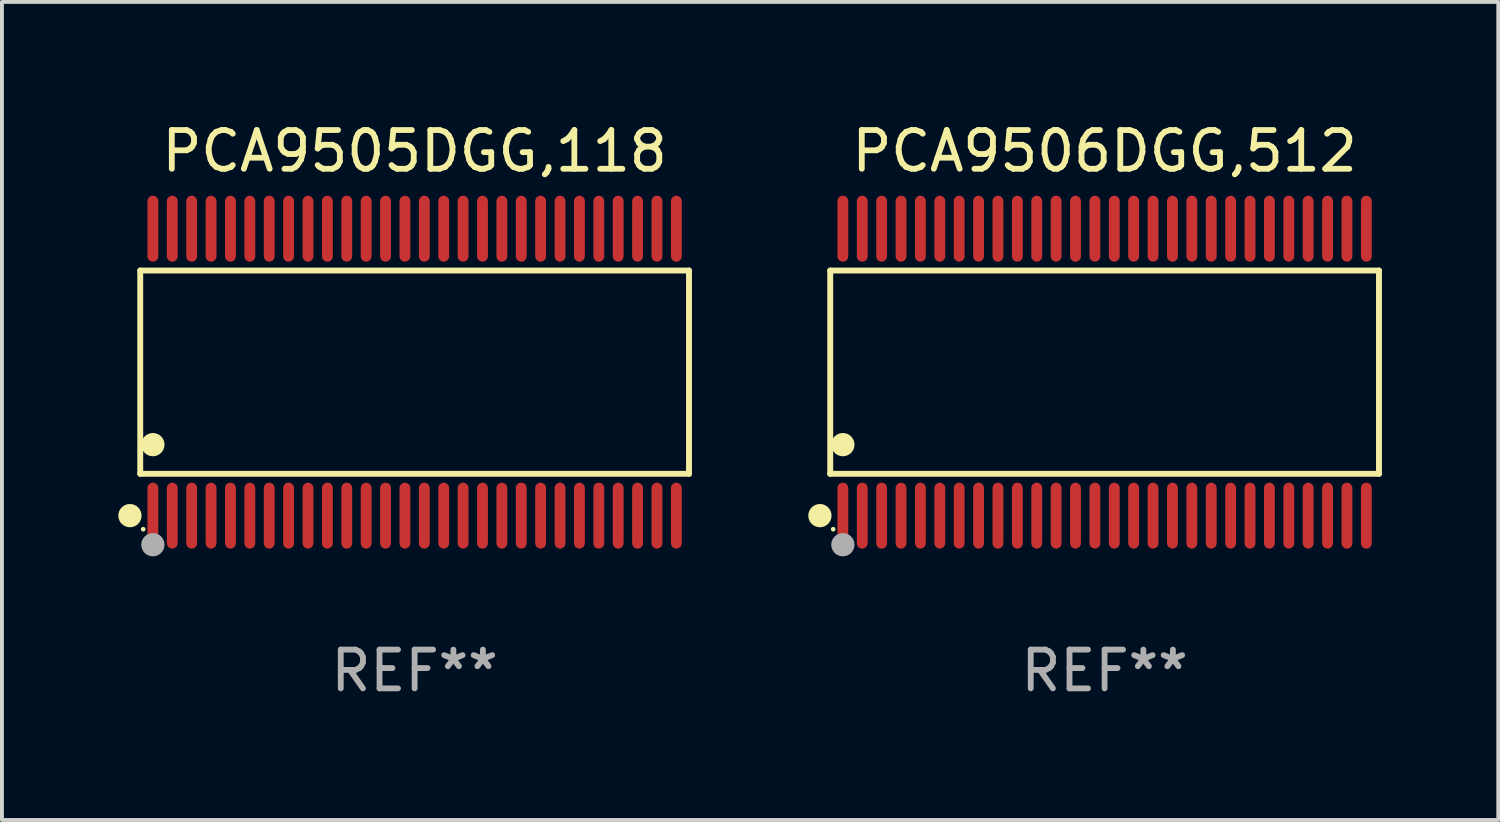
<source format=kicad_pcb>
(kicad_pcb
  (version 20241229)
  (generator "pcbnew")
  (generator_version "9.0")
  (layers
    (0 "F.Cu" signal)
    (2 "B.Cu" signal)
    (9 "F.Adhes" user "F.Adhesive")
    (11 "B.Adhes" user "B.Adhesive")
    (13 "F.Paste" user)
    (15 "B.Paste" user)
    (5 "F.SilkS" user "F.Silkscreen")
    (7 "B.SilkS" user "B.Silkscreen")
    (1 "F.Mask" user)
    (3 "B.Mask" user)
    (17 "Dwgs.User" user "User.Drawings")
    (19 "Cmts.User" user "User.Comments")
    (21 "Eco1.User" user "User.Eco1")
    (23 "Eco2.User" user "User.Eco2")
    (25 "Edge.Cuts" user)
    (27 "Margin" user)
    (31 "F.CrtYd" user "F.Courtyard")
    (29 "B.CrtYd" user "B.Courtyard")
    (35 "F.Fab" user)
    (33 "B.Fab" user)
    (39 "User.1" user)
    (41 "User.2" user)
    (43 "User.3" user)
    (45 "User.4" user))
  (footprint "PCA9506DGG,512"
    (layer "F.Cu")
    (at 25.437 6.548)
    (property "Reference" "PCA9506DGG,512" (at 0 -5.7 0) (layer "F.SilkS") (effects (font (size 1 1) (thickness 0.15))))
    (attr through_hole)
    (fp_line (start -7.076 -2.621) (end 7.076 -2.621) (stroke (width 0.152) (type solid)) (layer "F.SilkS"))
    (fp_line (start -7.076 2.621) (end -7.076 -2.621) (stroke (width 0.152) (type solid)) (layer "F.SilkS"))
    (fp_line (start 7.076 -2.621) (end 7.076 2.621) (stroke (width 0.152) (type solid)) (layer "F.SilkS"))
    (fp_line (start 7.076 2.621) (end -7.076 2.621) (stroke (width 0.152) (type solid)) (layer "F.SilkS"))
    (fp_circle (center -7.342 3.7) (end -7.192 3.7) (stroke (width 0.3) (type solid)) (fill no) (layer "F.SilkS"))
    (fp_circle (center -7 4.05) (end -6.97 4.05) (stroke (width 0.06) (type solid)) (fill no) (layer "F.SilkS"))
    (fp_circle (center -6.75 1.869) (end -6.6 1.869) (stroke (width 0.3) (type solid)) (fill no) (layer "F.SilkS"))
    (fp_circle (center -6.75 4.45) (end -6.6 4.45) (stroke (width 0.3) (type solid)) (fill no) (layer "F.Fab"))
    (fp_text user "REF**" (at 0 7.7 0) (layer "F.Fab") (effects (font (size 1 1) (thickness 0.15))))
    (pad "1" smd oval (at -6.75 3.7) (size 0.28 1.7) (layers "F.Cu" "F.Mask" "F.Paste"))
    (pad "2" smd oval (at -6.25 3.7) (size 0.28 1.7) (layers "F.Cu" "F.Mask" "F.Paste"))
    (pad "3" smd oval (at -5.75 3.7) (size 0.28 1.7) (layers "F.Cu" "F.Mask" "F.Paste"))
    (pad "4" smd oval (at -5.25 3.7) (size 0.28 1.7) (layers "F.Cu" "F.Mask" "F.Paste"))
    (pad "5" smd oval (at -4.75 3.7) (size 0.28 1.7) (layers "F.Cu" "F.Mask" "F.Paste"))
    (pad "6" smd oval (at -4.25 3.7) (size 0.28 1.7) (layers "F.Cu" "F.Mask" "F.Paste"))
    (pad "7" smd oval (at -3.75 3.7) (size 0.28 1.7) (layers "F.Cu" "F.Mask" "F.Paste"))
    (pad "8" smd oval (at -3.25 3.7) (size 0.28 1.7) (layers "F.Cu" "F.Mask" "F.Paste"))
    (pad "9" smd oval (at -2.75 3.7) (size 0.28 1.7) (layers "F.Cu" "F.Mask" "F.Paste"))
    (pad "10" smd oval (at -2.25 3.7) (size 0.28 1.7) (layers "F.Cu" "F.Mask" "F.Paste"))
    (pad "11" smd oval (at -1.75 3.7) (size 0.28 1.7) (layers "F.Cu" "F.Mask" "F.Paste"))
    (pad "12" smd oval (at -1.25 3.7) (size 0.28 1.7) (layers "F.Cu" "F.Mask" "F.Paste"))
    (pad "13" smd oval (at -0.75 3.7) (size 0.28 1.7) (layers "F.Cu" "F.Mask" "F.Paste"))
    (pad "14" smd oval (at -0.25 3.7) (size 0.28 1.7) (layers "F.Cu" "F.Mask" "F.Paste"))
    (pad "15" smd oval (at 0.25 3.7) (size 0.28 1.7) (layers "F.Cu" "F.Mask" "F.Paste"))
    (pad "16" smd oval (at 0.75 3.7) (size 0.28 1.7) (layers "F.Cu" "F.Mask" "F.Paste"))
    (pad "17" smd oval (at 1.25 3.7) (size 0.28 1.7) (layers "F.Cu" "F.Mask" "F.Paste"))
    (pad "18" smd oval (at 1.75 3.7) (size 0.28 1.7) (layers "F.Cu" "F.Mask" "F.Paste"))
    (pad "19" smd oval (at 2.25 3.7) (size 0.28 1.7) (layers "F.Cu" "F.Mask" "F.Paste"))
    (pad "20" smd oval (at 2.75 3.7) (size 0.28 1.7) (layers "F.Cu" "F.Mask" "F.Paste"))
    (pad "21" smd oval (at 3.25 3.7) (size 0.28 1.7) (layers "F.Cu" "F.Mask" "F.Paste"))
    (pad "22" smd oval (at 3.75 3.7) (size 0.28 1.7) (layers "F.Cu" "F.Mask" "F.Paste"))
    (pad "23" smd oval (at 4.25 3.7) (size 0.28 1.7) (layers "F.Cu" "F.Mask" "F.Paste"))
    (pad "24" smd oval (at 4.75 3.7) (size 0.28 1.7) (layers "F.Cu" "F.Mask" "F.Paste"))
    (pad "25" smd oval (at 5.25 3.7) (size 0.28 1.7) (layers "F.Cu" "F.Mask" "F.Paste"))
    (pad "26" smd oval (at 5.75 3.7) (size 0.28 1.7) (layers "F.Cu" "F.Mask" "F.Paste"))
    (pad "27" smd oval (at 6.25 3.7) (size 0.28 1.7) (layers "F.Cu" "F.Mask" "F.Paste"))
    (pad "28" smd oval (at 6.75 3.7) (size 0.28 1.7) (layers "F.Cu" "F.Mask" "F.Paste"))
    (pad "29" smd oval (at 6.75 -3.7) (size 0.28 1.7) (layers "F.Cu" "F.Mask" "F.Paste"))
    (pad "30" smd oval (at 6.25 -3.7) (size 0.28 1.7) (layers "F.Cu" "F.Mask" "F.Paste"))
    (pad "31" smd oval (at 5.75 -3.7) (size 0.28 1.7) (layers "F.Cu" "F.Mask" "F.Paste"))
    (pad "32" smd oval (at 5.25 -3.7) (size 0.28 1.7) (layers "F.Cu" "F.Mask" "F.Paste"))
    (pad "33" smd oval (at 4.75 -3.7) (size 0.28 1.7) (layers "F.Cu" "F.Mask" "F.Paste"))
    (pad "34" smd oval (at 4.25 -3.7) (size 0.28 1.7) (layers "F.Cu" "F.Mask" "F.Paste"))
    (pad "35" smd oval (at 3.75 -3.7) (size 0.28 1.7) (layers "F.Cu" "F.Mask" "F.Paste"))
    (pad "36" smd oval (at 3.25 -3.7) (size 0.28 1.7) (layers "F.Cu" "F.Mask" "F.Paste"))
    (pad "37" smd oval (at 2.75 -3.7) (size 0.28 1.7) (layers "F.Cu" "F.Mask" "F.Paste"))
    (pad "38" smd oval (at 2.25 -3.7) (size 0.28 1.7) (layers "F.Cu" "F.Mask" "F.Paste"))
    (pad "39" smd oval (at 1.75 -3.7) (size 0.28 1.7) (layers "F.Cu" "F.Mask" "F.Paste"))
    (pad "40" smd oval (at 1.25 -3.7) (size 0.28 1.7) (layers "F.Cu" "F.Mask" "F.Paste"))
    (pad "41" smd oval (at 0.75 -3.7) (size 0.28 1.7) (layers "F.Cu" "F.Mask" "F.Paste"))
    (pad "42" smd oval (at 0.25 -3.7) (size 0.28 1.7) (layers "F.Cu" "F.Mask" "F.Paste"))
    (pad "43" smd oval (at -0.25 -3.7) (size 0.28 1.7) (layers "F.Cu" "F.Mask" "F.Paste"))
    (pad "44" smd oval (at -0.75 -3.7) (size 0.28 1.7) (layers "F.Cu" "F.Mask" "F.Paste"))
    (pad "45" smd oval (at -1.25 -3.7) (size 0.28 1.7) (layers "F.Cu" "F.Mask" "F.Paste"))
    (pad "46" smd oval (at -1.75 -3.7) (size 0.28 1.7) (layers "F.Cu" "F.Mask" "F.Paste"))
    (pad "47" smd oval (at -2.25 -3.7) (size 0.28 1.7) (layers "F.Cu" "F.Mask" "F.Paste"))
    (pad "48" smd oval (at -2.75 -3.7) (size 0.28 1.7) (layers "F.Cu" "F.Mask" "F.Paste"))
    (pad "49" smd oval (at -3.25 -3.7) (size 0.28 1.7) (layers "F.Cu" "F.Mask" "F.Paste"))
    (pad "50" smd oval (at -3.75 -3.7) (size 0.28 1.7) (layers "F.Cu" "F.Mask" "F.Paste"))
    (pad "51" smd oval (at -4.25 -3.7) (size 0.28 1.7) (layers "F.Cu" "F.Mask" "F.Paste"))
    (pad "52" smd oval (at -4.75 -3.7) (size 0.28 1.7) (layers "F.Cu" "F.Mask" "F.Paste"))
    (pad "53" smd oval (at -5.25 -3.7) (size 0.28 1.7) (layers "F.Cu" "F.Mask" "F.Paste"))
    (pad "54" smd oval (at -5.75 -3.7) (size 0.28 1.7) (layers "F.Cu" "F.Mask" "F.Paste"))
    (pad "55" smd oval (at -6.25 -3.7) (size 0.28 1.7) (layers "F.Cu" "F.Mask" "F.Paste"))
    (pad "56" smd oval (at -6.75 -3.7) (size 0.28 1.7) (layers "F.Cu" "F.Mask" "F.Paste")))
  (footprint "PCA9505DGG,118"
    (layer "F.Cu")
    (at 7.643 6.548)
    (property "Reference" "PCA9505DGG,118" (at 0 -5.7 0) (layer "F.SilkS") (effects (font (size 1 1) (thickness 0.15))))
    (attr through_hole)
    (fp_line (start -7.076 -2.621) (end 7.076 -2.621) (stroke (width 0.152) (type solid)) (layer "F.SilkS"))
    (fp_line (start -7.076 2.621) (end -7.076 -2.621) (stroke (width 0.152) (type solid)) (layer "F.SilkS"))
    (fp_line (start 7.076 -2.621) (end 7.076 2.621) (stroke (width 0.152) (type solid)) (layer "F.SilkS"))
    (fp_line (start 7.076 2.621) (end -7.076 2.621) (stroke (width 0.152) (type solid)) (layer "F.SilkS"))
    (fp_circle (center -7.342 3.7) (end -7.192 3.7) (stroke (width 0.3) (type solid)) (fill no) (layer "F.SilkS"))
    (fp_circle (center -7 4.05) (end -6.97 4.05) (stroke (width 0.06) (type solid)) (fill no) (layer "F.SilkS"))
    (fp_circle (center -6.75 1.869) (end -6.6 1.869) (stroke (width 0.3) (type solid)) (fill no) (layer "F.SilkS"))
    (fp_circle (center -6.75 4.45) (end -6.6 4.45) (stroke (width 0.3) (type solid)) (fill no) (layer "F.Fab"))
    (fp_text user "REF**" (at 0 7.7 0) (layer "F.Fab") (effects (font (size 1 1) (thickness 0.15))))
    (pad "1" smd oval (at -6.75 3.7) (size 0.28 1.7) (layers "F.Cu" "F.Mask" "F.Paste"))
    (pad "2" smd oval (at -6.25 3.7) (size 0.28 1.7) (layers "F.Cu" "F.Mask" "F.Paste"))
    (pad "3" smd oval (at -5.75 3.7) (size 0.28 1.7) (layers "F.Cu" "F.Mask" "F.Paste"))
    (pad "4" smd oval (at -5.25 3.7) (size 0.28 1.7) (layers "F.Cu" "F.Mask" "F.Paste"))
    (pad "5" smd oval (at -4.75 3.7) (size 0.28 1.7) (layers "F.Cu" "F.Mask" "F.Paste"))
    (pad "6" smd oval (at -4.25 3.7) (size 0.28 1.7) (layers "F.Cu" "F.Mask" "F.Paste"))
    (pad "7" smd oval (at -3.75 3.7) (size 0.28 1.7) (layers "F.Cu" "F.Mask" "F.Paste"))
    (pad "8" smd oval (at -3.25 3.7) (size 0.28 1.7) (layers "F.Cu" "F.Mask" "F.Paste"))
    (pad "9" smd oval (at -2.75 3.7) (size 0.28 1.7) (layers "F.Cu" "F.Mask" "F.Paste"))
    (pad "10" smd oval (at -2.25 3.7) (size 0.28 1.7) (layers "F.Cu" "F.Mask" "F.Paste"))
    (pad "11" smd oval (at -1.75 3.7) (size 0.28 1.7) (layers "F.Cu" "F.Mask" "F.Paste"))
    (pad "12" smd oval (at -1.25 3.7) (size 0.28 1.7) (layers "F.Cu" "F.Mask" "F.Paste"))
    (pad "13" smd oval (at -0.75 3.7) (size 0.28 1.7) (layers "F.Cu" "F.Mask" "F.Paste"))
    (pad "14" smd oval (at -0.25 3.7) (size 0.28 1.7) (layers "F.Cu" "F.Mask" "F.Paste"))
    (pad "15" smd oval (at 0.25 3.7) (size 0.28 1.7) (layers "F.Cu" "F.Mask" "F.Paste"))
    (pad "16" smd oval (at 0.75 3.7) (size 0.28 1.7) (layers "F.Cu" "F.Mask" "F.Paste"))
    (pad "17" smd oval (at 1.25 3.7) (size 0.28 1.7) (layers "F.Cu" "F.Mask" "F.Paste"))
    (pad "18" smd oval (at 1.75 3.7) (size 0.28 1.7) (layers "F.Cu" "F.Mask" "F.Paste"))
    (pad "19" smd oval (at 2.25 3.7) (size 0.28 1.7) (layers "F.Cu" "F.Mask" "F.Paste"))
    (pad "20" smd oval (at 2.75 3.7) (size 0.28 1.7) (layers "F.Cu" "F.Mask" "F.Paste"))
    (pad "21" smd oval (at 3.25 3.7) (size 0.28 1.7) (layers "F.Cu" "F.Mask" "F.Paste"))
    (pad "22" smd oval (at 3.75 3.7) (size 0.28 1.7) (layers "F.Cu" "F.Mask" "F.Paste"))
    (pad "23" smd oval (at 4.25 3.7) (size 0.28 1.7) (layers "F.Cu" "F.Mask" "F.Paste"))
    (pad "24" smd oval (at 4.75 3.7) (size 0.28 1.7) (layers "F.Cu" "F.Mask" "F.Paste"))
    (pad "25" smd oval (at 5.25 3.7) (size 0.28 1.7) (layers "F.Cu" "F.Mask" "F.Paste"))
    (pad "26" smd oval (at 5.75 3.7) (size 0.28 1.7) (layers "F.Cu" "F.Mask" "F.Paste"))
    (pad "27" smd oval (at 6.25 3.7) (size 0.28 1.7) (layers "F.Cu" "F.Mask" "F.Paste"))
    (pad "28" smd oval (at 6.75 3.7) (size 0.28 1.7) (layers "F.Cu" "F.Mask" "F.Paste"))
    (pad "29" smd oval (at 6.75 -3.7) (size 0.28 1.7) (layers "F.Cu" "F.Mask" "F.Paste"))
    (pad "30" smd oval (at 6.25 -3.7) (size 0.28 1.7) (layers "F.Cu" "F.Mask" "F.Paste"))
    (pad "31" smd oval (at 5.75 -3.7) (size 0.28 1.7) (layers "F.Cu" "F.Mask" "F.Paste"))
    (pad "32" smd oval (at 5.25 -3.7) (size 0.28 1.7) (layers "F.Cu" "F.Mask" "F.Paste"))
    (pad "33" smd oval (at 4.75 -3.7) (size 0.28 1.7) (layers "F.Cu" "F.Mask" "F.Paste"))
    (pad "34" smd oval (at 4.25 -3.7) (size 0.28 1.7) (layers "F.Cu" "F.Mask" "F.Paste"))
    (pad "35" smd oval (at 3.75 -3.7) (size 0.28 1.7) (layers "F.Cu" "F.Mask" "F.Paste"))
    (pad "36" smd oval (at 3.25 -3.7) (size 0.28 1.7) (layers "F.Cu" "F.Mask" "F.Paste"))
    (pad "37" smd oval (at 2.75 -3.7) (size 0.28 1.7) (layers "F.Cu" "F.Mask" "F.Paste"))
    (pad "38" smd oval (at 2.25 -3.7) (size 0.28 1.7) (layers "F.Cu" "F.Mask" "F.Paste"))
    (pad "39" smd oval (at 1.75 -3.7) (size 0.28 1.7) (layers "F.Cu" "F.Mask" "F.Paste"))
    (pad "40" smd oval (at 1.25 -3.7) (size 0.28 1.7) (layers "F.Cu" "F.Mask" "F.Paste"))
    (pad "41" smd oval (at 0.75 -3.7) (size 0.28 1.7) (layers "F.Cu" "F.Mask" "F.Paste"))
    (pad "42" smd oval (at 0.25 -3.7) (size 0.28 1.7) (layers "F.Cu" "F.Mask" "F.Paste"))
    (pad "43" smd oval (at -0.25 -3.7) (size 0.28 1.7) (layers "F.Cu" "F.Mask" "F.Paste"))
    (pad "44" smd oval (at -0.75 -3.7) (size 0.28 1.7) (layers "F.Cu" "F.Mask" "F.Paste"))
    (pad "45" smd oval (at -1.25 -3.7) (size 0.28 1.7) (layers "F.Cu" "F.Mask" "F.Paste"))
    (pad "46" smd oval (at -1.75 -3.7) (size 0.28 1.7) (layers "F.Cu" "F.Mask" "F.Paste"))
    (pad "47" smd oval (at -2.25 -3.7) (size 0.28 1.7) (layers "F.Cu" "F.Mask" "F.Paste"))
    (pad "48" smd oval (at -2.75 -3.7) (size 0.28 1.7) (layers "F.Cu" "F.Mask" "F.Paste"))
    (pad "49" smd oval (at -3.25 -3.7) (size 0.28 1.7) (layers "F.Cu" "F.Mask" "F.Paste"))
    (pad "50" smd oval (at -3.75 -3.7) (size 0.28 1.7) (layers "F.Cu" "F.Mask" "F.Paste"))
    (pad "51" smd oval (at -4.25 -3.7) (size 0.28 1.7) (layers "F.Cu" "F.Mask" "F.Paste"))
    (pad "52" smd oval (at -4.75 -3.7) (size 0.28 1.7) (layers "F.Cu" "F.Mask" "F.Paste"))
    (pad "53" smd oval (at -5.25 -3.7) (size 0.28 1.7) (layers "F.Cu" "F.Mask" "F.Paste"))
    (pad "54" smd oval (at -5.75 -3.7) (size 0.28 1.7) (layers "F.Cu" "F.Mask" "F.Paste"))
    (pad "55" smd oval (at -6.25 -3.7) (size 0.28 1.7) (layers "F.Cu" "F.Mask" "F.Paste"))
    (pad "56" smd oval (at -6.75 -3.7) (size 0.28 1.7) (layers "F.Cu" "F.Mask" "F.Paste")))
  (gr_rect
    (start -3 -3)
    (end 35.59 18.097)
    (stroke (width 0.1) (type default))
    (fill no)
    (layer "Edge.Cuts")))
</source>
